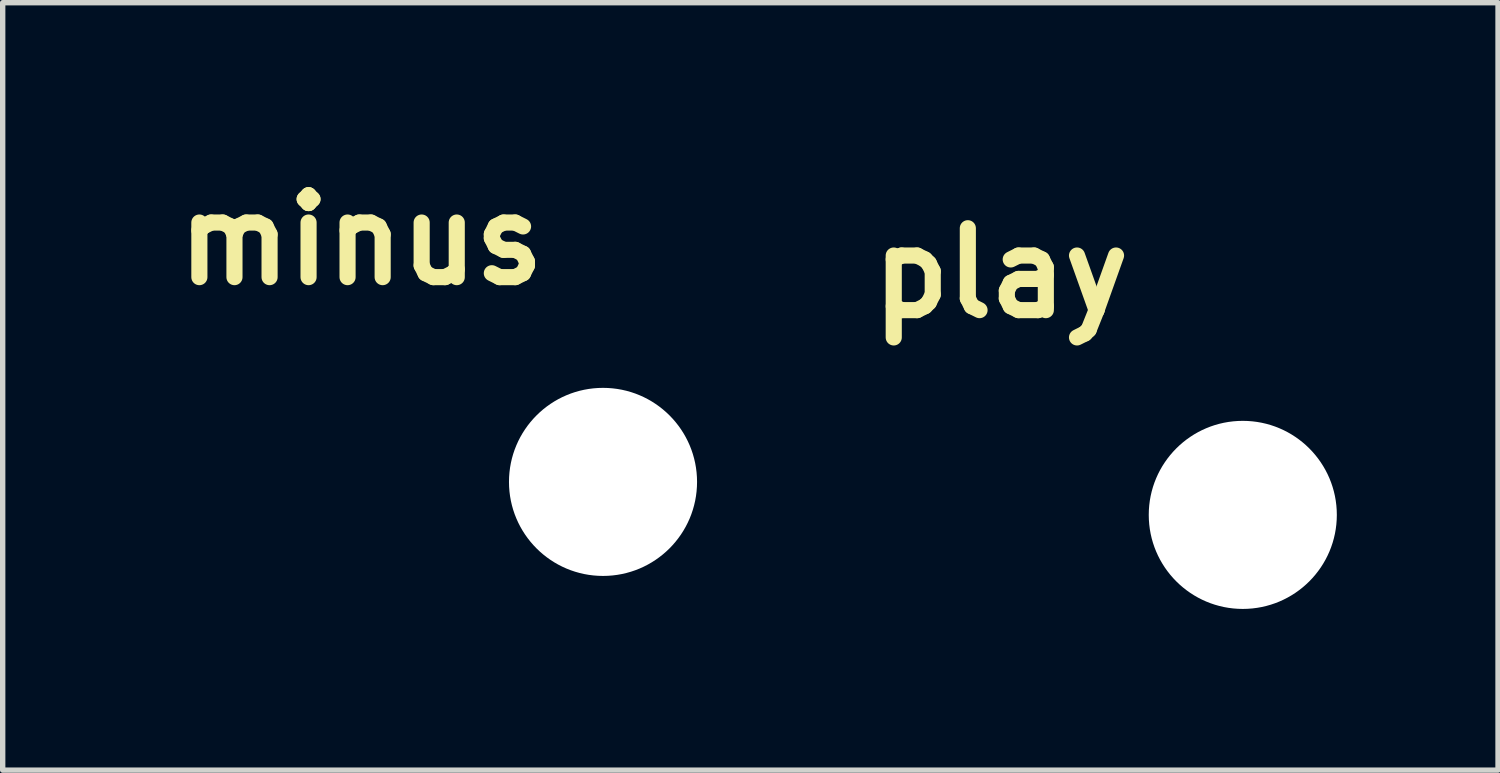
<source format=kicad_pcb>
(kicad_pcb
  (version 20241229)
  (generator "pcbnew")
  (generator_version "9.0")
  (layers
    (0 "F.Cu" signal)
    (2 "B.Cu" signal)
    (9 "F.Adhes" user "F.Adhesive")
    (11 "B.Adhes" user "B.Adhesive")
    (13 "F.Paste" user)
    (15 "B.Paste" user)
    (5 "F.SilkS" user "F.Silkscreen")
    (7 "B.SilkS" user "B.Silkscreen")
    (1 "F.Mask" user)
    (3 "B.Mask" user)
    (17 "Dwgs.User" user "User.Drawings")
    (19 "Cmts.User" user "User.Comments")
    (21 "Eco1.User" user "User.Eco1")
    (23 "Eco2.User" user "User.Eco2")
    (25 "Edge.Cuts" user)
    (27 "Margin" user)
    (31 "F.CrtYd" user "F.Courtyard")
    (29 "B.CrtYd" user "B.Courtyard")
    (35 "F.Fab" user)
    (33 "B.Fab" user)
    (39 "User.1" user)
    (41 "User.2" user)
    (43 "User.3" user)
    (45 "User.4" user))
  (footprint "play"
    (layer "F.Cu")
    (at 20.078 6.532)
    (property "Reference" "play" (at -4.5 -4.5 0) (layer "F.SilkS") (effects (font (size 1.524 1.524) (thickness 0.3))))
    (attr through_hole)
    (fp_poly (pts (xy -6.536 -6.527) (xy -6.513 -6.526) (xy -6.491 -6.523) (xy -6.469 -6.517) (xy -6.442 -6.508) (xy -6.407 -6.494) (xy -6.36 -6.475) (xy -6.345 -6.469) (xy -6.325 -6.46) (xy -6.289 -6.446) (xy -6.24 -6.426) (xy -6.177 -6.4) (xy -6.101 -6.369) (xy -6.013 -6.333) (xy -5.914 -6.292) (xy -5.805 -6.247) (xy -5.685 -6.199) (xy -5.557 -6.146) (xy -5.42 -6.09) (xy -5.275 -6.031) (xy -5.124 -5.969) (xy -4.966 -5.905) (xy -4.803 -5.838) (xy -4.635 -5.769) (xy -4.463 -5.699) (xy -4.288 -5.628) (xy -4.259 -5.616) (xy -4.085 -5.544) (xy -3.914 -5.475) (xy -3.749 -5.407) (xy -3.588 -5.341) (xy -3.434 -5.278) (xy -3.286 -5.217) (xy -3.145 -5.16) (xy -3.012 -5.105) (xy -2.888 -5.054) (xy -2.773 -5.007) (xy -2.669 -4.964) (xy -2.574 -4.925) (xy -2.492 -4.891) (xy -2.421 -4.861) (xy -2.363 -4.837) (xy -2.319 -4.819) (xy -2.289 -4.806) (xy -2.273 -4.799) (xy -2.272 -4.798) (xy -2.218 -4.76) (xy -2.174 -4.71) (xy -2.141 -4.651) (xy -2.12 -4.587) (xy -2.113 -4.52) (xy -2.121 -4.453) (xy -2.125 -4.44) (xy -2.146 -4.389) (xy -2.178 -4.339) (xy -2.216 -4.295) (xy -2.24 -4.275) (xy -2.252 -4.269) (xy -2.278 -4.257) (xy -2.319 -4.239) (xy -2.374 -4.214) (xy -2.443 -4.184) (xy -2.525 -4.149) (xy -2.619 -4.108) (xy -2.725 -4.062) (xy -2.843 -4.012) (xy -2.971 -3.957) (xy -3.111 -3.897) (xy -3.26 -3.834) (xy -3.418 -3.766) (xy -3.586 -3.695) (xy -3.762 -3.62) (xy -3.946 -3.542) (xy -4.137 -3.46) (xy -4.335 -3.376) (xy -4.382 -3.357) (xy -6.485 -2.466) (xy -6.552 -2.463) (xy -6.599 -2.463) (xy -6.636 -2.467) (xy -6.664 -2.475) (xy -6.732 -2.508) (xy -6.788 -2.553) (xy -6.833 -2.611) (xy -6.852 -2.646) (xy -6.874 -2.693) (xy -6.874 -4.496) (xy -6.252 -4.496) (xy -6.252 -3.247) (xy -6.225 -3.259) (xy -6.214 -3.263) (xy -6.188 -3.274) (xy -6.149 -3.291) (xy -6.096 -3.313) (xy -6.032 -3.34) (xy -5.956 -3.372) (xy -5.87 -3.409) (xy -5.775 -3.449) (xy -5.67 -3.494) (xy -5.558 -3.541) (xy -5.44 -3.591) (xy -5.315 -3.644) (xy -5.185 -3.699) (xy -5.05 -3.756) (xy -5.004 -3.776) (xy -4.863 -3.836) (xy -4.723 -3.895) (xy -4.586 -3.953) (xy -4.451 -4.01) (xy -4.321 -4.065) (xy -4.197 -4.118) (xy -4.079 -4.168) (xy -3.968 -4.215) (xy -3.867 -4.258) (xy -3.775 -4.297) (xy -3.695 -4.331) (xy -3.626 -4.36) (xy -3.571 -4.383) (xy -3.531 -4.4) (xy -3.467 -4.428) (xy -3.407 -4.453) (xy -3.355 -4.475) (xy -3.311 -4.494) (xy -3.278 -4.508) (xy -3.257 -4.517) (xy -3.249 -4.521) (xy -3.256 -4.524) (xy -3.278 -4.533) (xy -3.311 -4.548) (xy -3.356 -4.567) (xy -3.41 -4.589) (xy -3.471 -4.614) (xy -3.539 -4.642) (xy -3.584 -4.66) (xy -3.848 -4.769) (xy -4.098 -4.871) (xy -4.332 -4.966) (xy -4.551 -5.056) (xy -4.756 -5.14) (xy -4.946 -5.217) (xy -5.122 -5.289) (xy -5.284 -5.355) (xy -5.433 -5.416) (xy -5.568 -5.471) (xy -5.69 -5.521) (xy -5.799 -5.565) (xy -5.896 -5.604) (xy -5.98 -5.639) (xy -6.052 -5.668) (xy -6.112 -5.692) (xy -6.16 -5.712) (xy -6.198 -5.727) (xy -6.224 -5.737) (xy -6.239 -5.743) (xy -6.244 -5.744) (xy -6.245 -5.736) (xy -6.246 -5.71) (xy -6.247 -5.668) (xy -6.248 -5.609) (xy -6.249 -5.534) (xy -6.25 -5.441) (xy -6.25 -5.332) (xy -6.251 -5.207) (xy -6.251 -5.065) (xy -6.252 -4.906) (xy -6.252 -4.731) (xy -6.252 -4.54) (xy -6.252 -4.496) (xy -6.874 -4.496) (xy -6.874 -6.299) (xy -6.846 -6.355) (xy -6.807 -6.416) (xy -6.755 -6.467) (xy -6.692 -6.505) (xy -6.667 -6.516) (xy -6.643 -6.522) (xy -6.616 -6.526) (xy -6.579 -6.527) (xy -6.565 -6.527) (xy -6.536 -6.527)) (stroke (width 0.01) (type solid)) (fill yes) (layer "F.Mask"))
    (fp_poly (pts (xy -6.536 -6.527) (xy -6.513 -6.526) (xy -6.491 -6.523) (xy -6.469 -6.517) (xy -6.442 -6.508) (xy -6.407 -6.494) (xy -6.36 -6.475) (xy -6.345 -6.469) (xy -6.325 -6.46) (xy -6.289 -6.446) (xy -6.24 -6.426) (xy -6.177 -6.4) (xy -6.101 -6.369) (xy -6.013 -6.333) (xy -5.914 -6.292) (xy -5.805 -6.247) (xy -5.685 -6.199) (xy -5.557 -6.146) (xy -5.42 -6.09) (xy -5.275 -6.031) (xy -5.124 -5.969) (xy -4.966 -5.905) (xy -4.803 -5.838) (xy -4.635 -5.769) (xy -4.463 -5.699) (xy -4.288 -5.628) (xy -4.259 -5.616) (xy -4.085 -5.544) (xy -3.914 -5.475) (xy -3.749 -5.407) (xy -3.588 -5.341) (xy -3.434 -5.278) (xy -3.286 -5.217) (xy -3.145 -5.16) (xy -3.012 -5.105) (xy -2.888 -5.054) (xy -2.773 -5.007) (xy -2.669 -4.964) (xy -2.574 -4.925) (xy -2.492 -4.891) (xy -2.421 -4.861) (xy -2.363 -4.837) (xy -2.319 -4.819) (xy -2.289 -4.806) (xy -2.273 -4.799) (xy -2.272 -4.798) (xy -2.218 -4.76) (xy -2.174 -4.71) (xy -2.141 -4.651) (xy -2.12 -4.587) (xy -2.113 -4.52) (xy -2.121 -4.453) (xy -2.125 -4.44) (xy -2.146 -4.389) (xy -2.178 -4.339) (xy -2.216 -4.295) (xy -2.24 -4.275) (xy -2.252 -4.269) (xy -2.278 -4.257) (xy -2.319 -4.239) (xy -2.374 -4.214) (xy -2.443 -4.184) (xy -2.525 -4.149) (xy -2.619 -4.108) (xy -2.725 -4.062) (xy -2.843 -4.012) (xy -2.971 -3.957) (xy -3.111 -3.897) (xy -3.26 -3.834) (xy -3.418 -3.766) (xy -3.586 -3.695) (xy -3.762 -3.62) (xy -3.946 -3.542) (xy -4.137 -3.46) (xy -4.335 -3.376) (xy -4.382 -3.357) (xy -6.485 -2.466) (xy -6.552 -2.463) (xy -6.599 -2.463) (xy -6.636 -2.467) (xy -6.664 -2.475) (xy -6.732 -2.508) (xy -6.788 -2.553) (xy -6.833 -2.611) (xy -6.852 -2.646) (xy -6.874 -2.693) (xy -6.874 -4.496) (xy -6.252 -4.496) (xy -6.252 -3.247) (xy -6.225 -3.259) (xy -6.214 -3.263) (xy -6.188 -3.274) (xy -6.149 -3.291) (xy -6.096 -3.313) (xy -6.032 -3.34) (xy -5.956 -3.372) (xy -5.87 -3.409) (xy -5.775 -3.449) (xy -5.67 -3.494) (xy -5.558 -3.541) (xy -5.44 -3.591) (xy -5.315 -3.644) (xy -5.185 -3.699) (xy -5.05 -3.756) (xy -5.004 -3.776) (xy -4.863 -3.836) (xy -4.723 -3.895) (xy -4.586 -3.953) (xy -4.451 -4.01) (xy -4.321 -4.065) (xy -4.197 -4.118) (xy -4.079 -4.168) (xy -3.968 -4.215) (xy -3.867 -4.258) (xy -3.775 -4.297) (xy -3.695 -4.331) (xy -3.626 -4.36) (xy -3.571 -4.383) (xy -3.531 -4.4) (xy -3.467 -4.428) (xy -3.407 -4.453) (xy -3.355 -4.475) (xy -3.311 -4.494) (xy -3.278 -4.508) (xy -3.257 -4.517) (xy -3.249 -4.521) (xy -3.256 -4.524) (xy -3.278 -4.533) (xy -3.311 -4.548) (xy -3.356 -4.567) (xy -3.41 -4.589) (xy -3.471 -4.614) (xy -3.539 -4.642) (xy -3.584 -4.66) (xy -3.848 -4.769) (xy -4.098 -4.871) (xy -4.332 -4.966) (xy -4.551 -5.056) (xy -4.756 -5.14) (xy -4.946 -5.217) (xy -5.122 -5.289) (xy -5.284 -5.355) (xy -5.433 -5.416) (xy -5.568 -5.471) (xy -5.69 -5.521) (xy -5.799 -5.565) (xy -5.896 -5.604) (xy -5.98 -5.639) (xy -6.052 -5.668) (xy -6.112 -5.692) (xy -6.16 -5.712) (xy -6.198 -5.727) (xy -6.224 -5.737) (xy -6.239 -5.743) (xy -6.244 -5.744) (xy -6.245 -5.736) (xy -6.246 -5.71) (xy -6.247 -5.668) (xy -6.248 -5.609) (xy -6.249 -5.534) (xy -6.25 -5.441) (xy -6.25 -5.332) (xy -6.251 -5.207) (xy -6.251 -5.065) (xy -6.252 -4.906) (xy -6.252 -4.731) (xy -6.252 -4.54) (xy -6.252 -4.496) (xy -6.874 -4.496) (xy -6.874 -6.299) (xy -6.846 -6.355) (xy -6.807 -6.416) (xy -6.755 -6.467) (xy -6.692 -6.505) (xy -6.667 -6.516) (xy -6.643 -6.522) (xy -6.616 -6.526) (xy -6.579 -6.527) (xy -6.565 -6.527) (xy -6.536 -6.527)) (stroke (width 0.01) (type solid)) (fill yes) (layer "B.Mask"))
    (pad "" np_thru_hole circle (at 0 0) (size 3.5 3.5) (drill 3.5) (layers "*.Cu" "*.Mask")))
  (footprint "minus"
    (layer "F.Cu")
    (at 8.172 5.918)
    (property "Reference" "minus" (at -4.5 -4.5 0) (layer "F.SilkS") (effects (font (size 1.524 1.524) (thickness 0.3))))
    (attr through_hole)
    (fp_poly (pts (xy -2.244 -4.698) (xy -2.2 -4.666) (xy -2.161 -4.624) (xy -2.142 -4.593) (xy -2.132 -4.568) (xy -2.127 -4.536) (xy -2.126 -4.496) (xy -2.128 -4.452) (xy -2.133 -4.42) (xy -2.142 -4.398) (xy -2.173 -4.353) (xy -2.215 -4.313) (xy -2.244 -4.294) (xy -2.278 -4.276) (xy -4.483 -4.274) (xy -4.716 -4.274) (xy -4.932 -4.274) (xy -5.133 -4.274) (xy -5.319 -4.273) (xy -5.489 -4.273) (xy -5.646 -4.273) (xy -5.79 -4.274) (xy -5.92 -4.274) (xy -6.038 -4.274) (xy -6.145 -4.274) (xy -6.24 -4.274) (xy -6.324 -4.275) (xy -6.399 -4.275) (xy -6.464 -4.276) (xy -6.52 -4.276) (xy -6.568 -4.277) (xy -6.609 -4.278) (xy -6.642 -4.278) (xy -6.668 -4.279) (xy -6.689 -4.28) (xy -6.704 -4.281) (xy -6.714 -4.282) (xy -6.72 -4.284) (xy -6.721 -4.284) (xy -6.774 -4.311) (xy -6.817 -4.351) (xy -6.848 -4.4) (xy -6.865 -4.456) (xy -6.868 -4.518) (xy -6.854 -4.577) (xy -6.826 -4.629) (xy -6.783 -4.673) (xy -6.741 -4.701) (xy -6.737 -4.702) (xy -6.733 -4.704) (xy -6.726 -4.705) (xy -6.716 -4.706) (xy -6.704 -4.708) (xy -6.688 -4.709) (xy -6.667 -4.71) (xy -6.641 -4.71) (xy -6.61 -4.711) (xy -6.572 -4.712) (xy -6.528 -4.712) (xy -6.476 -4.713) (xy -6.416 -4.714) (xy -6.348 -4.714) (xy -6.27 -4.714) (xy -6.182 -4.715) (xy -6.084 -4.715) (xy -5.975 -4.715) (xy -5.854 -4.715) (xy -5.72 -4.715) (xy -5.574 -4.716) (xy -5.414 -4.716) (xy -5.24 -4.716) (xy -5.051 -4.716) (xy -4.847 -4.716) (xy -4.627 -4.716) (xy -4.496 -4.716) (xy -2.278 -4.716) (xy -2.244 -4.698)) (stroke (width 0.01) (type solid)) (fill yes) (layer "F.Mask"))
    (fp_poly (pts (xy -2.244 -4.698) (xy -2.2 -4.666) (xy -2.161 -4.624) (xy -2.142 -4.593) (xy -2.132 -4.568) (xy -2.127 -4.536) (xy -2.126 -4.496) (xy -2.128 -4.452) (xy -2.133 -4.42) (xy -2.142 -4.398) (xy -2.173 -4.353) (xy -2.215 -4.313) (xy -2.244 -4.294) (xy -2.278 -4.276) (xy -4.483 -4.274) (xy -4.716 -4.274) (xy -4.932 -4.274) (xy -5.133 -4.274) (xy -5.319 -4.273) (xy -5.489 -4.273) (xy -5.646 -4.273) (xy -5.79 -4.274) (xy -5.92 -4.274) (xy -6.038 -4.274) (xy -6.145 -4.274) (xy -6.24 -4.274) (xy -6.324 -4.275) (xy -6.399 -4.275) (xy -6.464 -4.276) (xy -6.52 -4.276) (xy -6.568 -4.277) (xy -6.609 -4.278) (xy -6.642 -4.278) (xy -6.668 -4.279) (xy -6.689 -4.28) (xy -6.704 -4.281) (xy -6.714 -4.282) (xy -6.72 -4.284) (xy -6.721 -4.284) (xy -6.774 -4.311) (xy -6.817 -4.351) (xy -6.848 -4.4) (xy -6.865 -4.456) (xy -6.868 -4.518) (xy -6.854 -4.577) (xy -6.826 -4.629) (xy -6.783 -4.673) (xy -6.741 -4.701) (xy -6.737 -4.702) (xy -6.733 -4.704) (xy -6.726 -4.705) (xy -6.716 -4.706) (xy -6.704 -4.708) (xy -6.688 -4.709) (xy -6.667 -4.71) (xy -6.641 -4.71) (xy -6.61 -4.711) (xy -6.572 -4.712) (xy -6.528 -4.712) (xy -6.476 -4.713) (xy -6.416 -4.714) (xy -6.348 -4.714) (xy -6.27 -4.714) (xy -6.182 -4.715) (xy -6.084 -4.715) (xy -5.975 -4.715) (xy -5.854 -4.715) (xy -5.72 -4.715) (xy -5.574 -4.716) (xy -5.414 -4.716) (xy -5.24 -4.716) (xy -5.051 -4.716) (xy -4.847 -4.716) (xy -4.627 -4.716) (xy -4.496 -4.716) (xy -2.278 -4.716) (xy -2.244 -4.698)) (stroke (width 0.01) (type solid)) (fill yes) (layer "B.Mask"))
    (pad "" np_thru_hole circle (at 0 0) (size 3.5 3.5) (drill 3.5) (layers "*.Cu" "*.Mask")))
  (gr_rect
    (start -3 -3)
    (end 24.828 11.282)
    (stroke (width 0.1) (type default))
    (fill no)
    (layer "Edge.Cuts")))
</source>
